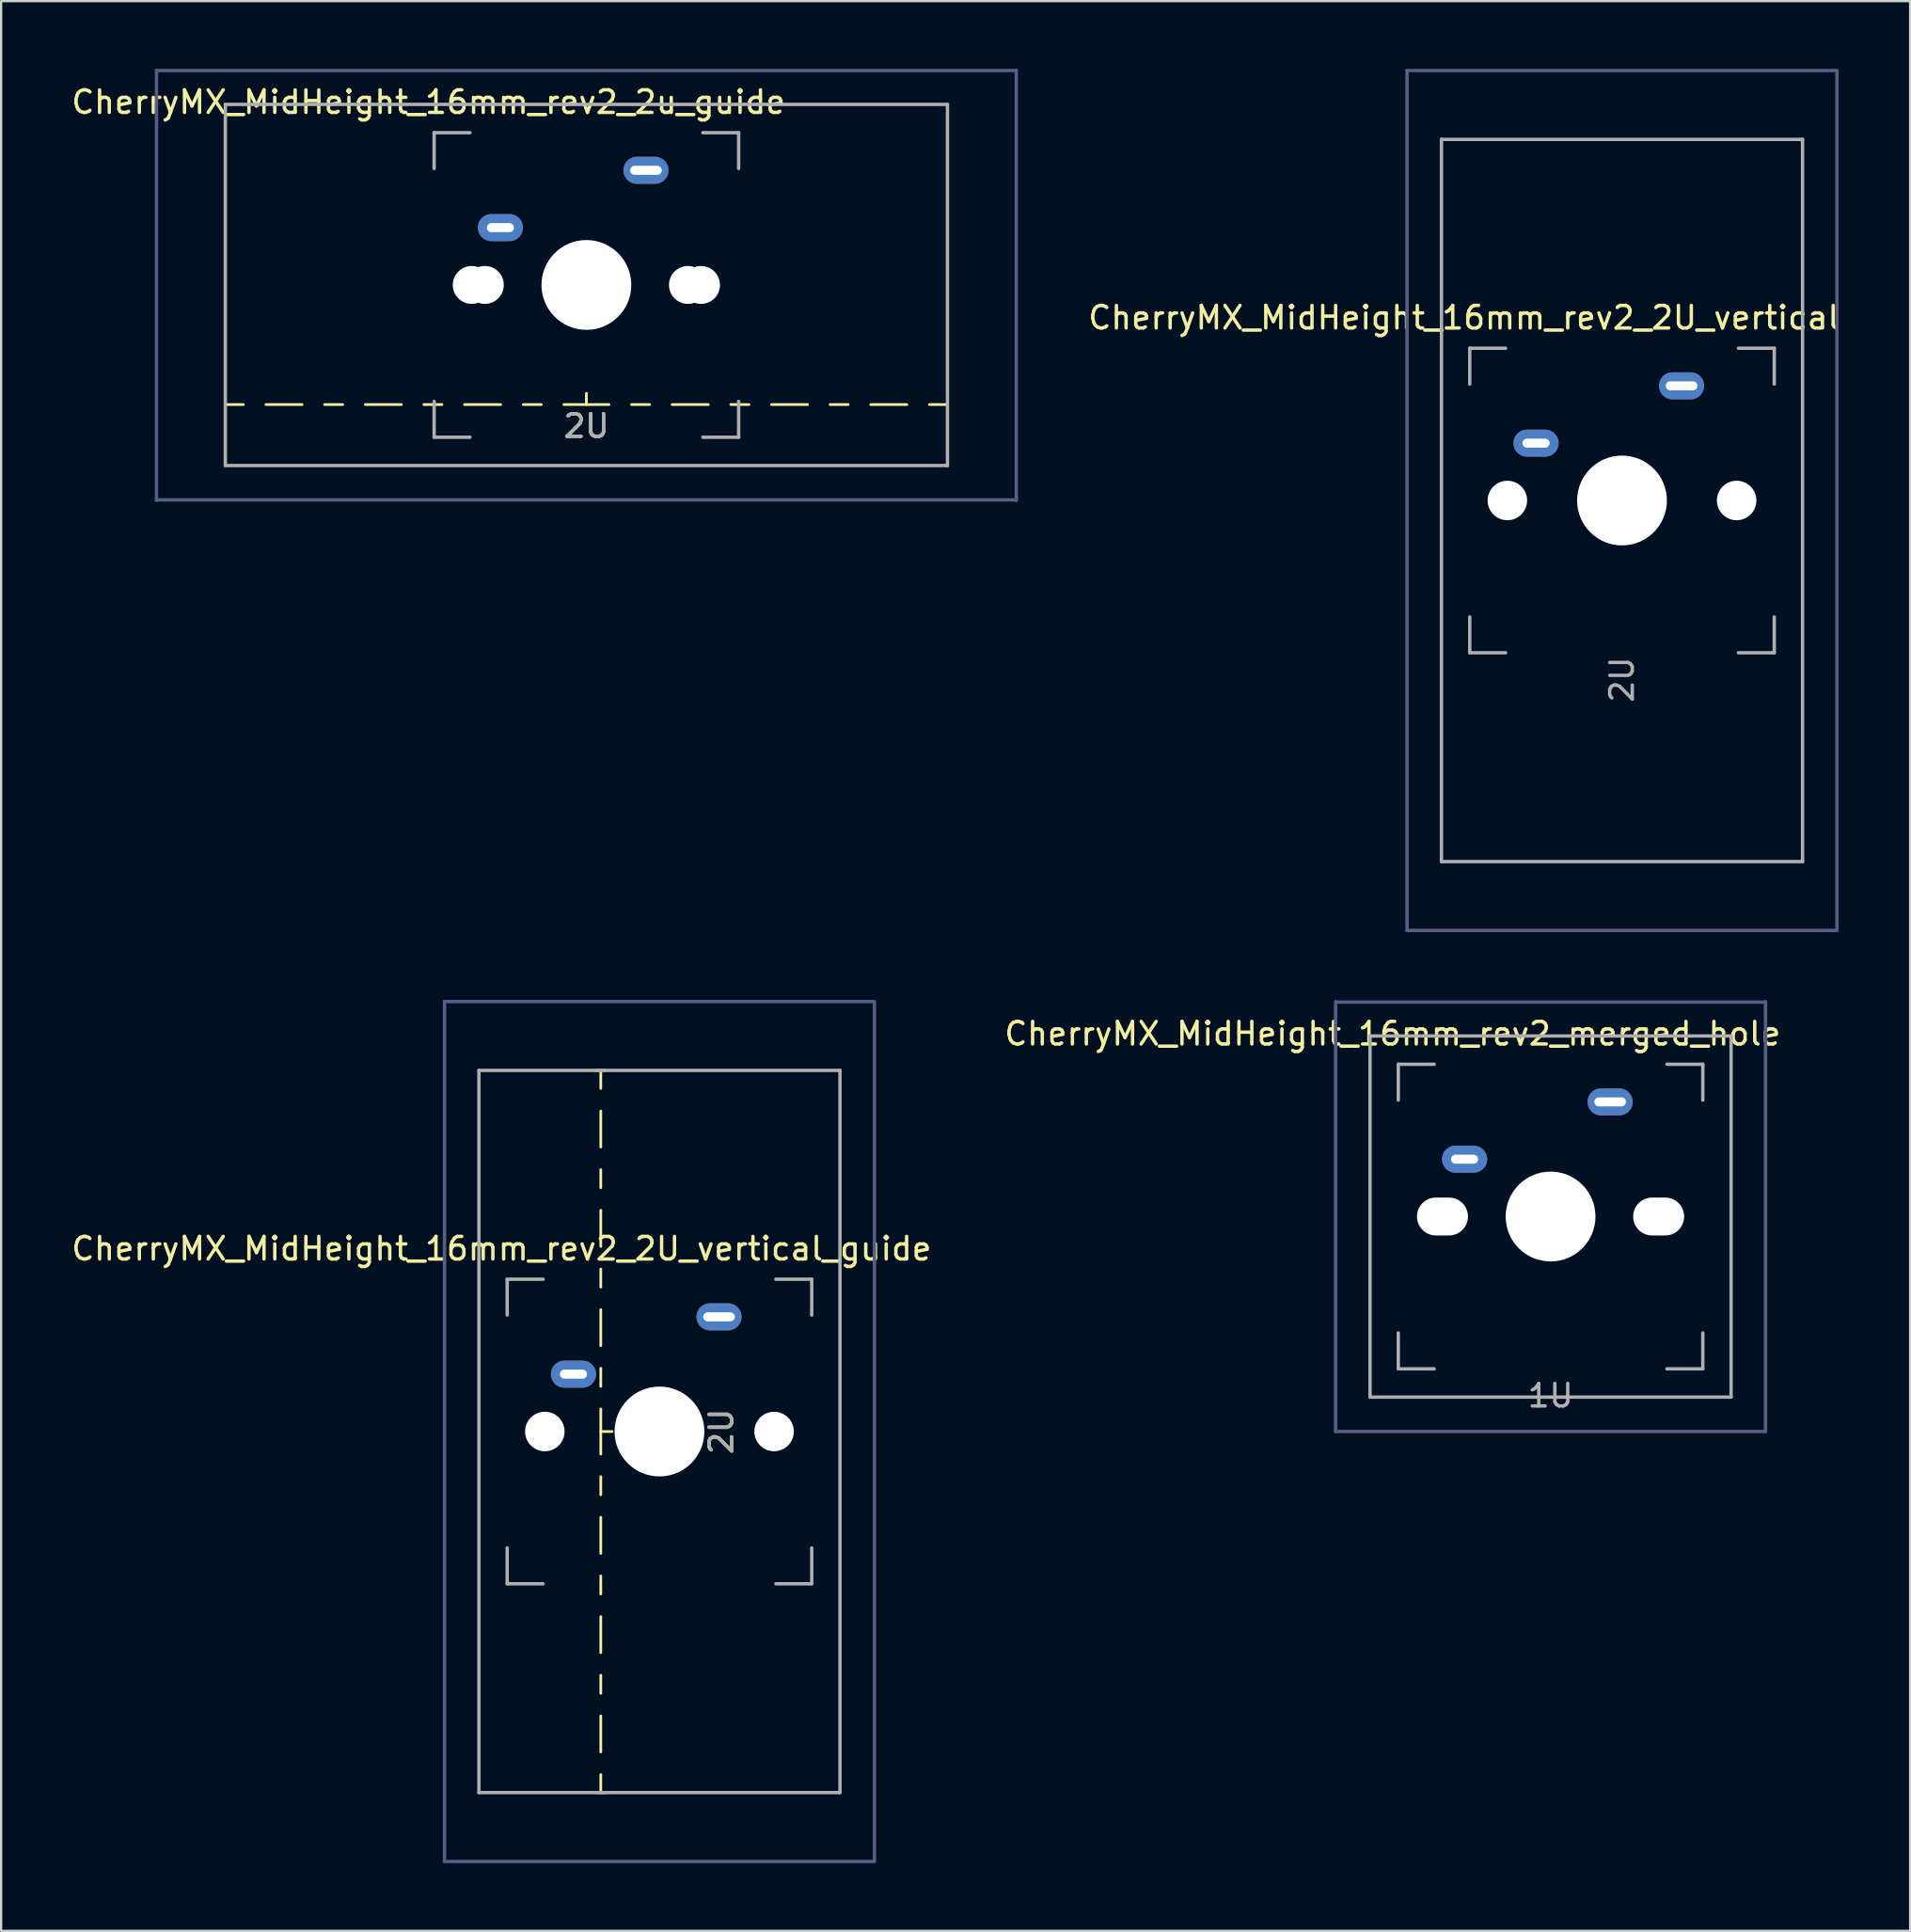
<source format=kicad_pcb>
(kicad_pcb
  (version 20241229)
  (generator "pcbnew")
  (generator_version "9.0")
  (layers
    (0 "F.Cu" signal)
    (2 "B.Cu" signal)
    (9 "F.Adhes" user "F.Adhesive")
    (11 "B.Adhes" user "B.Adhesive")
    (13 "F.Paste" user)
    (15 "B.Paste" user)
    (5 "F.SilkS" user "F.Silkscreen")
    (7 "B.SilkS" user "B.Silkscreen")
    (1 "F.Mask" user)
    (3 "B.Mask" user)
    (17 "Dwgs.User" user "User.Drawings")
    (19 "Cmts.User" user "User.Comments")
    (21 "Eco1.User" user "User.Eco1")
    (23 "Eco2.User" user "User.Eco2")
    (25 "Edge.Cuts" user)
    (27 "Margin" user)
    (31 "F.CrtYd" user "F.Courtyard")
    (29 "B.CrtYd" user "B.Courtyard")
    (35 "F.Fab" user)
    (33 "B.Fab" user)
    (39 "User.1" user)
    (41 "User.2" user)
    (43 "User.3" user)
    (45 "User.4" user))
  (footprint "CherryMX_MidHeight_16mm_rev2_2U_vertical"
    (layer "F.Cu")
    (at 68.827 19.125)
    (property "Reference" "CherryMX_MidHeight_16mm_rev2_2U_vertical" (at -7 -8.1 180) (layer "F.SilkS") (effects (font (size 1 1) (thickness 0.15))))
    (attr through_hole)
    (fp_line (start -9.525 -19.05) (end 9.475 -19.05) (stroke (width 0.15) (type solid)) (layer "B.Fab"))
    (fp_line (start -9.525 19.05) (end -9.525 -19.05) (stroke (width 0.15) (type solid)) (layer "B.Fab"))
    (fp_line (start 9.525 -19.05) (end 9.525 19.05) (stroke (width 0.15) (type solid)) (layer "B.Fab"))
    (fp_line (start 9.525 19.05) (end -9.525 19.05) (stroke (width 0.15) (type solid)) (layer "B.Fab"))
    (fp_line (start -8 -16) (end 8 -16) (stroke (width 0.15) (type solid)) (layer "F.Fab"))
    (fp_line (start -8 16) (end -8 -16) (stroke (width 0.15) (type solid)) (layer "F.Fab"))
    (fp_line (start -6.747 -6.747) (end -5.159 -6.747) (stroke (width 0.15) (type solid)) (layer "F.Fab"))
    (fp_line (start -6.747 -5.159) (end -6.747 -6.747) (stroke (width 0.15) (type solid)) (layer "F.Fab"))
    (fp_line (start -6.747 6.747) (end -6.747 5.159) (stroke (width 0.15) (type solid)) (layer "F.Fab"))
    (fp_line (start -5.159 6.747) (end -6.747 6.747) (stroke (width 0.15) (type solid)) (layer "F.Fab"))
    (fp_line (start 5.159 -6.747) (end 6.747 -6.747) (stroke (width 0.15) (type solid)) (layer "F.Fab"))
    (fp_line (start 6.747 -6.747) (end 6.747 -5.159) (stroke (width 0.15) (type solid)) (layer "F.Fab"))
    (fp_line (start 6.747 5.159) (end 6.747 6.747) (stroke (width 0.15) (type solid)) (layer "F.Fab"))
    (fp_line (start 6.747 6.747) (end 5.159 6.747) (stroke (width 0.15) (type solid)) (layer "F.Fab"))
    (fp_line (start 8 -16) (end 8 16) (stroke (width 0.15) (type solid)) (layer "F.Fab"))
    (fp_line (start 8 16) (end -8 16) (stroke (width 0.15) (type solid)) (layer "F.Fab"))
    (fp_text user "2U" (at 0 7.938 270) (layer "F.Fab") (effects (font (size 1 1) (thickness 0.15))))
    (pad "" np_thru_hole circle (at -5.08 0 48) (size 1.75 1.75) (drill 1.75) (layers "*.Cu" "*.Mask"))
    (pad "" np_thru_hole circle (at 0 0 270) (size 3.98 3.98) (drill 3.98) (layers "*.Cu" "*.Mask"))
    (pad "" np_thru_hole circle (at 5.08 0 48) (size 1.75 1.75) (drill 1.75) (layers "*.Cu" "*.Mask"))
    (pad "1" thru_hole oval (at -3.81 -2.54) (size 2 1.2) (drill oval 1.2 0.4) (layers "*.Cu" "B.Mask"))
    (pad "2" thru_hole oval (at 2.64 -5.08) (size 2 1.2) (drill oval 1.4 0.4) (layers "*.Cu" "B.Mask")))
  (footprint "CherryMX_MidHeight_16mm_rev2_2u_guide"
    (layer "F.Cu")
    (at 22.935 9.575)
    (property "Reference" "CherryMX_MidHeight_16mm_rev2_2u_guide" (at -7 -8.1 180) (layer "F.SilkS") (effects (font (size 1 1) (thickness 0.15))))
    (attr through_hole)
    (fp_line (start -16 5.5) (end -16 5.1) (stroke (width 0.12) (type solid)) (layer "F.SilkS"))
    (fp_line (start -15.2 5.3) (end -16 5.3) (stroke (width 0.12) (type solid)) (layer "F.SilkS"))
    (fp_line (start -12.6 5.3) (end -14.2 5.3) (stroke (width 0.12) (type solid)) (layer "F.SilkS"))
    (fp_line (start -10.8 5.3) (end -11.6 5.3) (stroke (width 0.12) (type solid)) (layer "F.SilkS"))
    (fp_line (start -8.2 5.3) (end -9.8 5.3) (stroke (width 0.12) (type solid)) (layer "F.SilkS"))
    (fp_line (start -6.4 5.3) (end -7.2 5.3) (stroke (width 0.12) (type solid)) (layer "F.SilkS"))
    (fp_line (start -3.8 5.3) (end -5.4 5.3) (stroke (width 0.12) (type solid)) (layer "F.SilkS"))
    (fp_line (start -2 5.3) (end -2.8 5.3) (stroke (width 0.12) (type solid)) (layer "F.SilkS"))
    (fp_line (start -1 5.3) (end 1 5.3) (stroke (width 0.12) (type solid)) (layer "F.SilkS"))
    (fp_line (start 0 4.8) (end 0 5.3) (stroke (width 0.12) (type solid)) (layer "F.SilkS"))
    (fp_line (start 2 5.3) (end 2.8 5.3) (stroke (width 0.12) (type solid)) (layer "F.SilkS"))
    (fp_line (start 3.8 5.3) (end 5.4 5.3) (stroke (width 0.12) (type solid)) (layer "F.SilkS"))
    (fp_line (start 6.4 5.3) (end 7.2 5.3) (stroke (width 0.12) (type solid)) (layer "F.SilkS"))
    (fp_line (start 8.2 5.3) (end 9.8 5.3) (stroke (width 0.12) (type solid)) (layer "F.SilkS"))
    (fp_line (start 10.8 5.3) (end 11.6 5.3) (stroke (width 0.12) (type solid)) (layer "F.SilkS"))
    (fp_line (start 12.6 5.3) (end 14.2 5.3) (stroke (width 0.12) (type solid)) (layer "F.SilkS"))
    (fp_line (start 15.2 5.3) (end 16 5.3) (stroke (width 0.12) (type solid)) (layer "F.SilkS"))
    (fp_line (start 16 5.1) (end 16 5.5) (stroke (width 0.12) (type solid)) (layer "F.SilkS"))
    (fp_line (start -19.05 -9.5) (end 19.05 -9.5) (stroke (width 0.15) (type solid)) (layer "B.Fab"))
    (fp_line (start -19.05 9.55) (end -19.05 -9.5) (stroke (width 0.15) (type solid)) (layer "B.Fab"))
    (fp_line (start 19.05 -9.5) (end 19.05 9.55) (stroke (width 0.15) (type solid)) (layer "B.Fab"))
    (fp_line (start 19.05 9.525) (end -19.05 9.525) (stroke (width 0.15) (type solid)) (layer "B.Fab"))
    (fp_line (start -16 -8) (end 16 -8) (stroke (width 0.15) (type solid)) (layer "F.Fab"))
    (fp_line (start -16 8) (end -16 -8) (stroke (width 0.15) (type solid)) (layer "F.Fab"))
    (fp_line (start -6.747 -6.747) (end -5.159 -6.747) (stroke (width 0.15) (type solid)) (layer "F.Fab"))
    (fp_line (start -6.747 -5.159) (end -6.747 -6.747) (stroke (width 0.15) (type solid)) (layer "F.Fab"))
    (fp_line (start -6.747 6.747) (end -6.747 5.159) (stroke (width 0.15) (type solid)) (layer "F.Fab"))
    (fp_line (start -5.159 6.747) (end -6.747 6.747) (stroke (width 0.15) (type solid)) (layer "F.Fab"))
    (fp_line (start 5.159 -6.747) (end 6.747 -6.747) (stroke (width 0.15) (type solid)) (layer "F.Fab"))
    (fp_line (start 6.747 -6.747) (end 6.747 -5.159) (stroke (width 0.15) (type solid)) (layer "F.Fab"))
    (fp_line (start 6.747 5.159) (end 6.747 6.747) (stroke (width 0.15) (type solid)) (layer "F.Fab"))
    (fp_line (start 6.747 6.747) (end 5.159 6.747) (stroke (width 0.15) (type solid)) (layer "F.Fab"))
    (fp_line (start 16 -8) (end 16 8) (stroke (width 0.15) (type solid)) (layer "F.Fab"))
    (fp_line (start 16 8) (end -16 8) (stroke (width 0.15) (type solid)) (layer "F.Fab"))
    (fp_text user "2U" (at 0 6.25 180) (layer "F.SilkS") (effects (font (size 1 1) (thickness 0.15))))
    (fp_text user "2U" (at 0 6.25 180) (layer "F.Fab") (effects (font (size 1 1) (thickness 0.15))))
    (pad "" np_thru_hole circle (at -5.08 0 180) (size 1.68 1.68) (drill 1.68) (layers "*.Cu" "*.Mask"))
    (pad "" np_thru_hole circle (at -4.5 0 180) (size 1.68 1.68) (drill 1.68) (layers "*.Cu" "*.Mask"))
    (pad "" np_thru_hole circle (at 0 0 270) (size 3.98 3.98) (drill 3.98) (layers "*.Cu" "*.Mask"))
    (pad "" np_thru_hole circle (at 4.5 0 180) (size 1.68 1.68) (drill 1.68) (layers "*.Cu" "*.Mask"))
    (pad "" np_thru_hole circle (at 5.08 0 180) (size 1.68 1.68) (drill 1.68) (layers "*.Cu" "*.Mask"))
    (pad "1" thru_hole oval (at -3.81 -2.54) (size 2 1.2) (drill oval 1.2 0.4) (layers "*.Cu" "B.Mask"))
    (pad "2" thru_hole oval (at 2.64 -5.08) (size 2 1.2) (drill oval 1.4 0.4) (layers "*.Cu" "B.Mask")))
  (footprint "CherryMX_MidHeight_16mm_rev2_2U_vertical_guide"
    (layer "F.Cu")
    (at 26.173 60.375)
    (property "Reference" "CherryMX_MidHeight_16mm_rev2_2U_vertical_guide" (at -7 -8.1 180) (layer "F.SilkS") (effects (font (size 1 1) (thickness 0.15))))
    (attr through_hole)
    (fp_line (start -2.8 -16) (end -2.4 -16) (stroke (width 0.12) (type solid)) (layer "F.SilkS"))
    (fp_line (start -2.6 -15.2) (end -2.6 -16) (stroke (width 0.12) (type solid)) (layer "F.SilkS"))
    (fp_line (start -2.6 -12.6) (end -2.6 -14.2) (stroke (width 0.12) (type solid)) (layer "F.SilkS"))
    (fp_line (start -2.6 -10.8) (end -2.6 -11.6) (stroke (width 0.12) (type solid)) (layer "F.SilkS"))
    (fp_line (start -2.6 -8.2) (end -2.6 -9.8) (stroke (width 0.12) (type solid)) (layer "F.SilkS"))
    (fp_line (start -2.6 -6.4) (end -2.6 -7.2) (stroke (width 0.12) (type solid)) (layer "F.SilkS"))
    (fp_line (start -2.6 -3.8) (end -2.6 -5.4) (stroke (width 0.12) (type solid)) (layer "F.SilkS"))
    (fp_line (start -2.6 -2) (end -2.6 -2.8) (stroke (width 0.12) (type solid)) (layer "F.SilkS"))
    (fp_line (start -2.6 -1) (end -2.6 1) (stroke (width 0.12) (type solid)) (layer "F.SilkS"))
    (fp_line (start -2.6 2) (end -2.6 2.8) (stroke (width 0.12) (type solid)) (layer "F.SilkS"))
    (fp_line (start -2.6 3.8) (end -2.6 5.4) (stroke (width 0.12) (type solid)) (layer "F.SilkS"))
    (fp_line (start -2.6 6.4) (end -2.6 7.2) (stroke (width 0.12) (type solid)) (layer "F.SilkS"))
    (fp_line (start -2.6 8.2) (end -2.6 9.8) (stroke (width 0.12) (type solid)) (layer "F.SilkS"))
    (fp_line (start -2.6 10.8) (end -2.6 11.6) (stroke (width 0.12) (type solid)) (layer "F.SilkS"))
    (fp_line (start -2.6 12.6) (end -2.6 14.2) (stroke (width 0.12) (type solid)) (layer "F.SilkS"))
    (fp_line (start -2.6 15.2) (end -2.6 16) (stroke (width 0.12) (type solid)) (layer "F.SilkS"))
    (fp_line (start -2.4 16) (end -2.8 16) (stroke (width 0.12) (type solid)) (layer "F.SilkS"))
    (fp_line (start -2.1 0) (end -2.6 0) (stroke (width 0.12) (type solid)) (layer "F.SilkS"))
    (fp_line (start -9.525 -19.05) (end 9.475 -19.05) (stroke (width 0.15) (type solid)) (layer "B.Fab"))
    (fp_line (start -9.525 19.05) (end -9.525 -19.05) (stroke (width 0.15) (type solid)) (layer "B.Fab"))
    (fp_line (start 9.525 -19.05) (end 9.525 19.05) (stroke (width 0.15) (type solid)) (layer "B.Fab"))
    (fp_line (start 9.525 19.05) (end -9.525 19.05) (stroke (width 0.15) (type solid)) (layer "B.Fab"))
    (fp_line (start -8 -16) (end 8 -16) (stroke (width 0.15) (type solid)) (layer "F.Fab"))
    (fp_line (start -8 16) (end -8 -16) (stroke (width 0.15) (type solid)) (layer "F.Fab"))
    (fp_line (start -6.747 -6.747) (end -5.159 -6.747) (stroke (width 0.15) (type solid)) (layer "F.Fab"))
    (fp_line (start -6.747 -5.159) (end -6.747 -6.747) (stroke (width 0.15) (type solid)) (layer "F.Fab"))
    (fp_line (start -6.747 6.747) (end -6.747 5.159) (stroke (width 0.15) (type solid)) (layer "F.Fab"))
    (fp_line (start -5.159 6.747) (end -6.747 6.747) (stroke (width 0.15) (type solid)) (layer "F.Fab"))
    (fp_line (start 5.159 -6.747) (end 6.747 -6.747) (stroke (width 0.15) (type solid)) (layer "F.Fab"))
    (fp_line (start 6.747 -6.747) (end 6.747 -5.159) (stroke (width 0.15) (type solid)) (layer "F.Fab"))
    (fp_line (start 6.747 5.159) (end 6.747 6.747) (stroke (width 0.15) (type solid)) (layer "F.Fab"))
    (fp_line (start 6.747 6.747) (end 5.159 6.747) (stroke (width 0.15) (type solid)) (layer "F.Fab"))
    (fp_line (start 8 -16) (end 8 16) (stroke (width 0.15) (type solid)) (layer "F.Fab"))
    (fp_line (start 8 16) (end -8 16) (stroke (width 0.15) (type solid)) (layer "F.Fab"))
    (fp_text user "2U" (at 2.74 0 270) (layer "F.SilkS") (effects (font (size 1 1) (thickness 0.15))))
    (fp_text user "2U" (at 2.74 0 270) (layer "F.Fab") (effects (font (size 1 1) (thickness 0.15))))
    (pad "" np_thru_hole circle (at -5.08 0 48) (size 1.75 1.75) (drill 1.75) (layers "*.Cu" "*.Mask"))
    (pad "" np_thru_hole circle (at 0 0 270) (size 3.98 3.98) (drill 3.98) (layers "*.Cu" "*.Mask"))
    (pad "" np_thru_hole circle (at 5.08 0 48) (size 1.75 1.75) (drill 1.75) (layers "*.Cu" "*.Mask"))
    (pad "1" thru_hole oval (at -3.81 -2.54) (size 2 1.2) (drill oval 1.2 0.4) (layers "*.Cu" "B.Mask"))
    (pad "2" thru_hole oval (at 2.64 -5.08) (size 2 1.2) (drill oval 1.4 0.4) (layers "*.Cu" "B.Mask")))
  (footprint "CherryMX_MidHeight_16mm_rev2_merged_hole"
    (layer "F.Cu")
    (at 65.661 50.85)
    (property "Reference" "CherryMX_MidHeight_16mm_rev2_merged_hole" (at -7 -8.1 180) (layer "F.SilkS") (effects (font (size 1 1) (thickness 0.15))))
    (attr through_hole)
    (fp_line (start -9.525 9.525) (end -9.525 -9.525) (stroke (width 0.15) (type solid)) (layer "B.Fab"))
    (fp_line (start -9.5 -9.5) (end 9.5 -9.5) (stroke (width 0.15) (type solid)) (layer "B.Fab"))
    (fp_line (start 9.525 -9.525) (end 9.525 9.525) (stroke (width 0.15) (type solid)) (layer "B.Fab"))
    (fp_line (start 9.525 9.525) (end -9.525 9.525) (stroke (width 0.15) (type solid)) (layer "B.Fab"))
    (fp_line (start -8 -8) (end 8 -8) (stroke (width 0.15) (type solid)) (layer "F.Fab"))
    (fp_line (start -8 8) (end -8 -8) (stroke (width 0.15) (type solid)) (layer "F.Fab"))
    (fp_line (start -6.747 -6.747) (end -5.159 -6.747) (stroke (width 0.15) (type solid)) (layer "F.Fab"))
    (fp_line (start -6.747 -5.159) (end -6.747 -6.747) (stroke (width 0.15) (type solid)) (layer "F.Fab"))
    (fp_line (start -6.747 6.747) (end -6.747 5.159) (stroke (width 0.15) (type solid)) (layer "F.Fab"))
    (fp_line (start -5.159 6.747) (end -6.747 6.747) (stroke (width 0.15) (type solid)) (layer "F.Fab"))
    (fp_line (start 5.159 -6.747) (end 6.747 -6.747) (stroke (width 0.15) (type solid)) (layer "F.Fab"))
    (fp_line (start 6.747 -6.747) (end 6.747 -5.159) (stroke (width 0.15) (type solid)) (layer "F.Fab"))
    (fp_line (start 6.747 5.159) (end 6.747 6.747) (stroke (width 0.15) (type solid)) (layer "F.Fab"))
    (fp_line (start 6.747 6.747) (end 5.159 6.747) (stroke (width 0.15) (type solid)) (layer "F.Fab"))
    (fp_line (start 8 -8) (end 8 8) (stroke (width 0.15) (type solid)) (layer "F.Fab"))
    (fp_line (start 8 8) (end -8 8) (stroke (width 0.15) (type solid)) (layer "F.Fab"))
    (fp_text user "1U" (at 0 7.938 180) (layer "F.Fab") (effects (font (size 1 1) (thickness 0.15))))
    (pad "" np_thru_hole oval (at -4.79 0 180) (size 2.26 1.68) (drill oval 2.26 1.68) (layers "*.Cu" "*.Mask"))
    (pad "" np_thru_hole circle (at 0 0 270) (size 3.98 3.98) (drill 3.98) (layers "*.Cu" "*.Mask"))
    (pad "" np_thru_hole oval (at 4.79 0 180) (size 2.26 1.68) (drill oval 2.26 1.68) (layers "*.Cu" "*.Mask"))
    (pad "1" thru_hole oval (at -3.81 -2.54) (size 2 1.2) (drill oval 1.2 0.4) (layers "*.Cu" "B.Mask"))
    (pad "2" thru_hole oval (at 2.64 -5.08) (size 2 1.2) (drill oval 1.4 0.4) (layers "*.Cu" "B.Mask")))
  (gr_rect
    (start -3 -3)
    (end 81.595 82.5)
    (stroke (width 0.1) (type default))
    (fill no)
    (layer "Edge.Cuts")))
</source>
